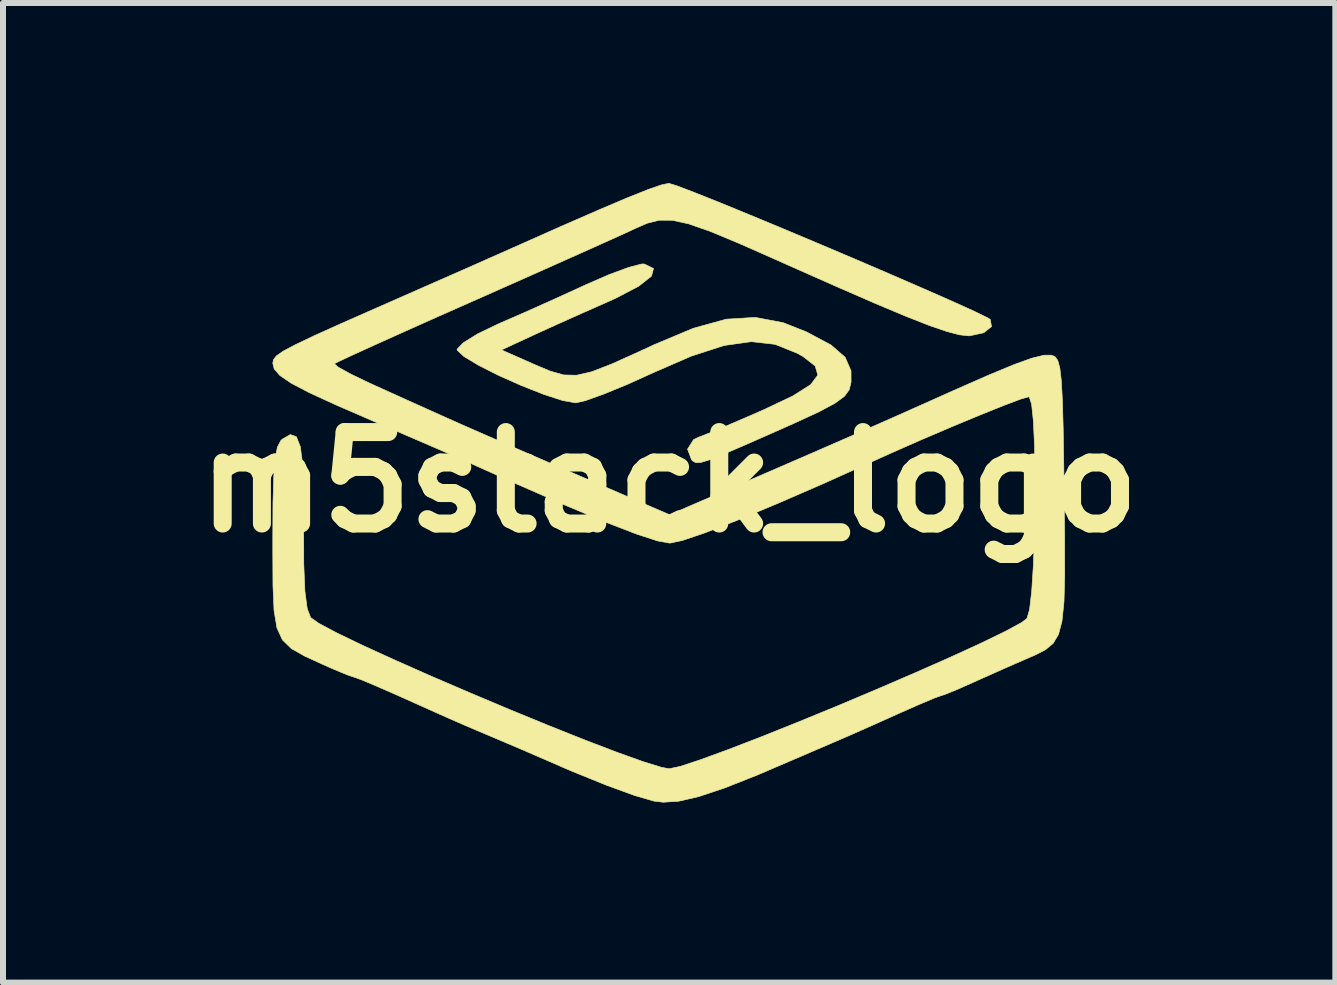
<source format=kicad_pcb>
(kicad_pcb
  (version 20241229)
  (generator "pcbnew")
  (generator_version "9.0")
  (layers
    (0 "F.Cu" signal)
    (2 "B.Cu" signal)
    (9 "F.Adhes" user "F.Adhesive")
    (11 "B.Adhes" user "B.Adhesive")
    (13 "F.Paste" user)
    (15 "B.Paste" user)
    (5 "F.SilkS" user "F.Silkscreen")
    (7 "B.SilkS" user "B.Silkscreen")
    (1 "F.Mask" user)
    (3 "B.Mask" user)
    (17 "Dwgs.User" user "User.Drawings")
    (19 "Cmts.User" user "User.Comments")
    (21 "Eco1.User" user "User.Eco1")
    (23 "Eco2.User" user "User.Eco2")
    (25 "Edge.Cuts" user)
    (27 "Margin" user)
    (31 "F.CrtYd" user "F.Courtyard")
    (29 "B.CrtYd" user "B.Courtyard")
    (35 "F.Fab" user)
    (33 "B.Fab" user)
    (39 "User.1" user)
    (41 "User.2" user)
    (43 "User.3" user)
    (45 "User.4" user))
  (footprint "m5stack_logo"
    (layer "F.Cu")
    (at 8.099 4.983)
    (property "Reference" "m5stack_logo" (at 0 0 0) (layer "F.SilkS") (effects (font (size 1.524 1.524) (thickness 0.3))))
    (attr through_hole)
    (fp_poly (pts (xy -0.261 -3.559) (xy -0.294 -3.433) (xy -0.507 -3.265) (xy -0.893 -3.063) (xy -1.016 -3.008) (xy -1.459 -2.812) (xy -1.907 -2.611) (xy -2.268 -2.447) (xy -2.286 -2.438) (xy -2.794 -2.203) (xy -2.242 -1.959) (xy -1.977 -1.848) (xy -1.758 -1.786) (xy -1.542 -1.781) (xy -1.288 -1.84) (xy -0.953 -1.97) (xy -0.494 -2.177) (xy -0.261 -2.285) (xy 0.4 -2.563) (xy 0.95 -2.715) (xy 1.434 -2.745) (xy 1.899 -2.657) (xy 2.286 -2.504) (xy 2.694 -2.287) (xy 2.932 -2.081) (xy 3.03 -1.854) (xy 3.03 -1.663) (xy 3 -1.54) (xy 2.921 -1.431) (xy 2.763 -1.315) (xy 2.496 -1.172) (xy 2.088 -0.984) (xy 1.778 -0.846) (xy 1.263 -0.619) (xy 0.903 -0.464) (xy 0.667 -0.37) (xy 0.524 -0.327) (xy 0.444 -0.324) (xy 0.395 -0.351) (xy 0.373 -0.373) (xy 0.306 -0.55) (xy 0.406 -0.708) (xy 0.483 -0.746) (xy 0.649 -0.81) (xy 0.951 -0.936) (xy 1.337 -1.102) (xy 1.575 -1.206) (xy 2.058 -1.435) (xy 2.356 -1.623) (xy 2.477 -1.784) (xy 2.433 -1.935) (xy 2.231 -2.093) (xy 2.135 -2.147) (xy 1.764 -2.296) (xy 1.369 -2.341) (xy 0.916 -2.277) (xy 0.369 -2.1) (xy -0.254 -1.829) (xy -0.701 -1.627) (xy -1.099 -1.464) (xy -1.401 -1.356) (xy -1.556 -1.321) (xy -1.775 -1.36) (xy -2.092 -1.463) (xy -2.462 -1.609) (xy -2.838 -1.776) (xy -3.172 -1.945) (xy -3.419 -2.093) (xy -3.532 -2.199) (xy -3.534 -2.215) (xy -3.432 -2.321) (xy -3.192 -2.47) (xy -2.863 -2.629) (xy -2.845 -2.637) (xy -2.419 -2.823) (xy -1.913 -3.049) (xy -1.427 -3.271) (xy -1.38 -3.293) (xy -0.998 -3.459) (xy -0.673 -3.579) (xy -0.457 -3.635) (xy -0.415 -3.635) (xy -0.261 -3.559)) (stroke (width 0.01) (type solid)) (fill yes) (layer "F.SilkS"))
    (fp_poly (pts (xy 0.122 -4.94) (xy 0.405 -4.832) (xy 0.815 -4.669) (xy 1.322 -4.461) (xy 1.896 -4.223) (xy 2.507 -3.966) (xy 3.127 -3.703) (xy 3.725 -3.446) (xy 4.271 -3.209) (xy 4.736 -3.004) (xy 5.089 -2.844) (xy 5.302 -2.74) (xy 5.35 -2.711) (xy 5.37 -2.592) (xy 5.241 -2.489) (xy 5.012 -2.439) (xy 4.981 -2.438) (xy 4.834 -2.455) (xy 4.623 -2.511) (xy 4.329 -2.612) (xy 3.932 -2.768) (xy 3.414 -2.986) (xy 2.753 -3.274) (xy 1.932 -3.638) (xy 1.778 -3.707) (xy 1.153 -3.983) (xy 0.679 -4.18) (xy 0.323 -4.304) (xy 0.052 -4.363) (xy -0.166 -4.364) (xy -0.365 -4.314) (xy -0.569 -4.225) (xy -0.741 -4.145) (xy -1.071 -3.996) (xy -1.528 -3.791) (xy -2.084 -3.543) (xy -2.709 -3.265) (xy -3.2 -3.047) (xy -3.84 -2.764) (xy -4.417 -2.506) (xy -4.904 -2.287) (xy -5.277 -2.117) (xy -5.51 -2.008) (xy -5.579 -1.973) (xy -5.514 -1.916) (xy -5.304 -1.8) (xy -4.992 -1.65) (xy -4.918 -1.616) (xy -4.484 -1.42) (xy -4.041 -1.22) (xy -3.708 -1.071) (xy -3.442 -0.952) (xy -3.033 -0.773) (xy -2.526 -0.552) (xy -1.965 -0.309) (xy -1.597 -0.149) (xy 0.007 0.543) (xy 1.502 -0.103) (xy 2.328 -0.461) (xy 3.034 -0.769) (xy 3.687 -1.057) (xy 4.354 -1.354) (xy 4.724 -1.52) (xy 5.311 -1.778) (xy 5.741 -1.957) (xy 6.044 -2.066) (xy 6.246 -2.115) (xy 6.367 -2.116) (xy 6.428 -2.092) (xy 6.474 -2.029) (xy 6.509 -1.902) (xy 6.534 -1.686) (xy 6.552 -1.356) (xy 6.565 -0.888) (xy 6.575 -0.255) (xy 6.581 0.192) (xy 6.589 0.961) (xy 6.59 1.554) (xy 6.578 1.996) (xy 6.545 2.315) (xy 6.487 2.536) (xy 6.397 2.687) (xy 6.269 2.793) (xy 6.096 2.881) (xy 5.945 2.946) (xy 5.593 3.1) (xy 5.194 3.278) (xy 5.06 3.338) (xy 4.781 3.462) (xy 4.585 3.541) (xy 4.534 3.556) (xy 4.424 3.595) (xy 4.179 3.698) (xy 3.848 3.844) (xy 3.792 3.869) (xy 3.393 4.048) (xy 3.016 4.215) (xy 2.743 4.333) (xy 2.449 4.459) (xy 2.204 4.565) (xy 2.184 4.573) (xy 1.476 4.877) (xy 0.92 5.097) (xy 0.491 5.24) (xy 0.16 5.316) (xy -0.1 5.333) (xy -0.254 5.314) (xy -0.576 5.221) (xy -1.047 5.049) (xy -1.631 4.812) (xy -2.184 4.572) (xy -2.393 4.481) (xy -2.703 4.349) (xy -2.896 4.267) (xy -3.194 4.141) (xy -3.437 4.037) (xy -3.684 3.929) (xy -3.991 3.792) (xy -4.417 3.601) (xy -4.503 3.562) (xy -4.843 3.413) (xy -5.105 3.302) (xy -5.239 3.252) (xy -5.245 3.251) (xy -5.358 3.213) (xy -5.594 3.115) (xy -5.771 3.037) (xy -6.076 2.897) (xy -6.295 2.773) (xy -6.444 2.628) (xy -6.535 2.428) (xy -6.583 2.139) (xy -6.601 1.726) (xy -6.604 1.154) (xy -6.604 0.962) (xy -6.601 0.347) (xy -6.588 -0.096) (xy -6.565 -0.396) (xy -6.527 -0.584) (xy -6.471 -0.691) (xy -6.447 -0.715) (xy -6.311 -0.793) (xy -6.211 -0.757) (xy -6.144 -0.587) (xy -6.105 -0.265) (xy -6.089 0.226) (xy -6.09 0.727) (xy -6.088 1.363) (xy -6.069 1.817) (xy -6.03 2.11) (xy -5.973 2.257) (xy -5.835 2.354) (xy -5.537 2.512) (xy -5.108 2.719) (xy -4.576 2.962) (xy -3.971 3.23) (xy -3.322 3.509) (xy -2.658 3.789) (xy -2.007 4.056) (xy -1.4 4.298) (xy -0.864 4.503) (xy -0.43 4.658) (xy -0.126 4.752) (xy 0 4.775) (xy 0.183 4.736) (xy 0.518 4.626) (xy 0.977 4.458) (xy 1.53 4.245) (xy 2.149 3.997) (xy 2.804 3.728) (xy 3.466 3.449) (xy 4.106 3.173) (xy 4.696 2.912) (xy 5.206 2.678) (xy 5.607 2.483) (xy 5.87 2.34) (xy 5.961 2.272) (xy 6.005 2.122) (xy 6.04 1.819) (xy 6.067 1.403) (xy 6.086 0.913) (xy 6.096 0.387) (xy 6.096 -0.136) (xy 6.087 -0.617) (xy 6.068 -1.017) (xy 6.039 -1.298) (xy 5.999 -1.42) (xy 5.992 -1.422) (xy 5.857 -1.384) (xy 5.573 -1.277) (xy 5.178 -1.118) (xy 4.708 -0.923) (xy 4.2 -0.706) (xy 3.692 -0.482) (xy 3.404 -0.352) (xy 2.54 0.037) (xy 1.772 0.37) (xy 1.118 0.642) (xy 0.595 0.845) (xy 0.22 0.972) (xy 0.011 1.016) (xy 0.01 1.016) (xy -0.194 0.979) (xy -0.543 0.865) (xy -1.043 0.673) (xy -1.702 0.397) (xy -2.529 0.036) (xy -3.409 -0.358) (xy -3.621 -0.452) (xy -3.972 -0.604) (xy -4.415 -0.795) (xy -4.901 -1.004) (xy -4.933 -1.018) (xy -5.546 -1.284) (xy -5.994 -1.49) (xy -6.3 -1.65) (xy -6.487 -1.778) (xy -6.581 -1.887) (xy -6.604 -1.981) (xy -6.593 -2.041) (xy -6.543 -2.104) (xy -6.43 -2.183) (xy -6.23 -2.289) (xy -5.92 -2.437) (xy -5.474 -2.638) (xy -4.869 -2.905) (xy -4.775 -2.946) (xy -4.122 -3.234) (xy -3.624 -3.453) (xy -3.253 -3.616) (xy -2.979 -3.738) (xy -2.77 -3.83) (xy -2.599 -3.907) (xy -2.591 -3.91) (xy -1.795 -4.264) (xy -1.167 -4.538) (xy -0.691 -4.74) (xy -0.35 -4.876) (xy -0.127 -4.953) (xy -0.007 -4.978) (xy -0.005 -4.978) (xy 0.122 -4.94)) (stroke (width 0.01) (type solid)) (fill yes) (layer "F.SilkS")))
  (gr_rect
    (start -3 -3)
    (end 19.198 13.321)
    (stroke (width 0.1) (type default))
    (fill no)
    (layer "Edge.Cuts")))
</source>
